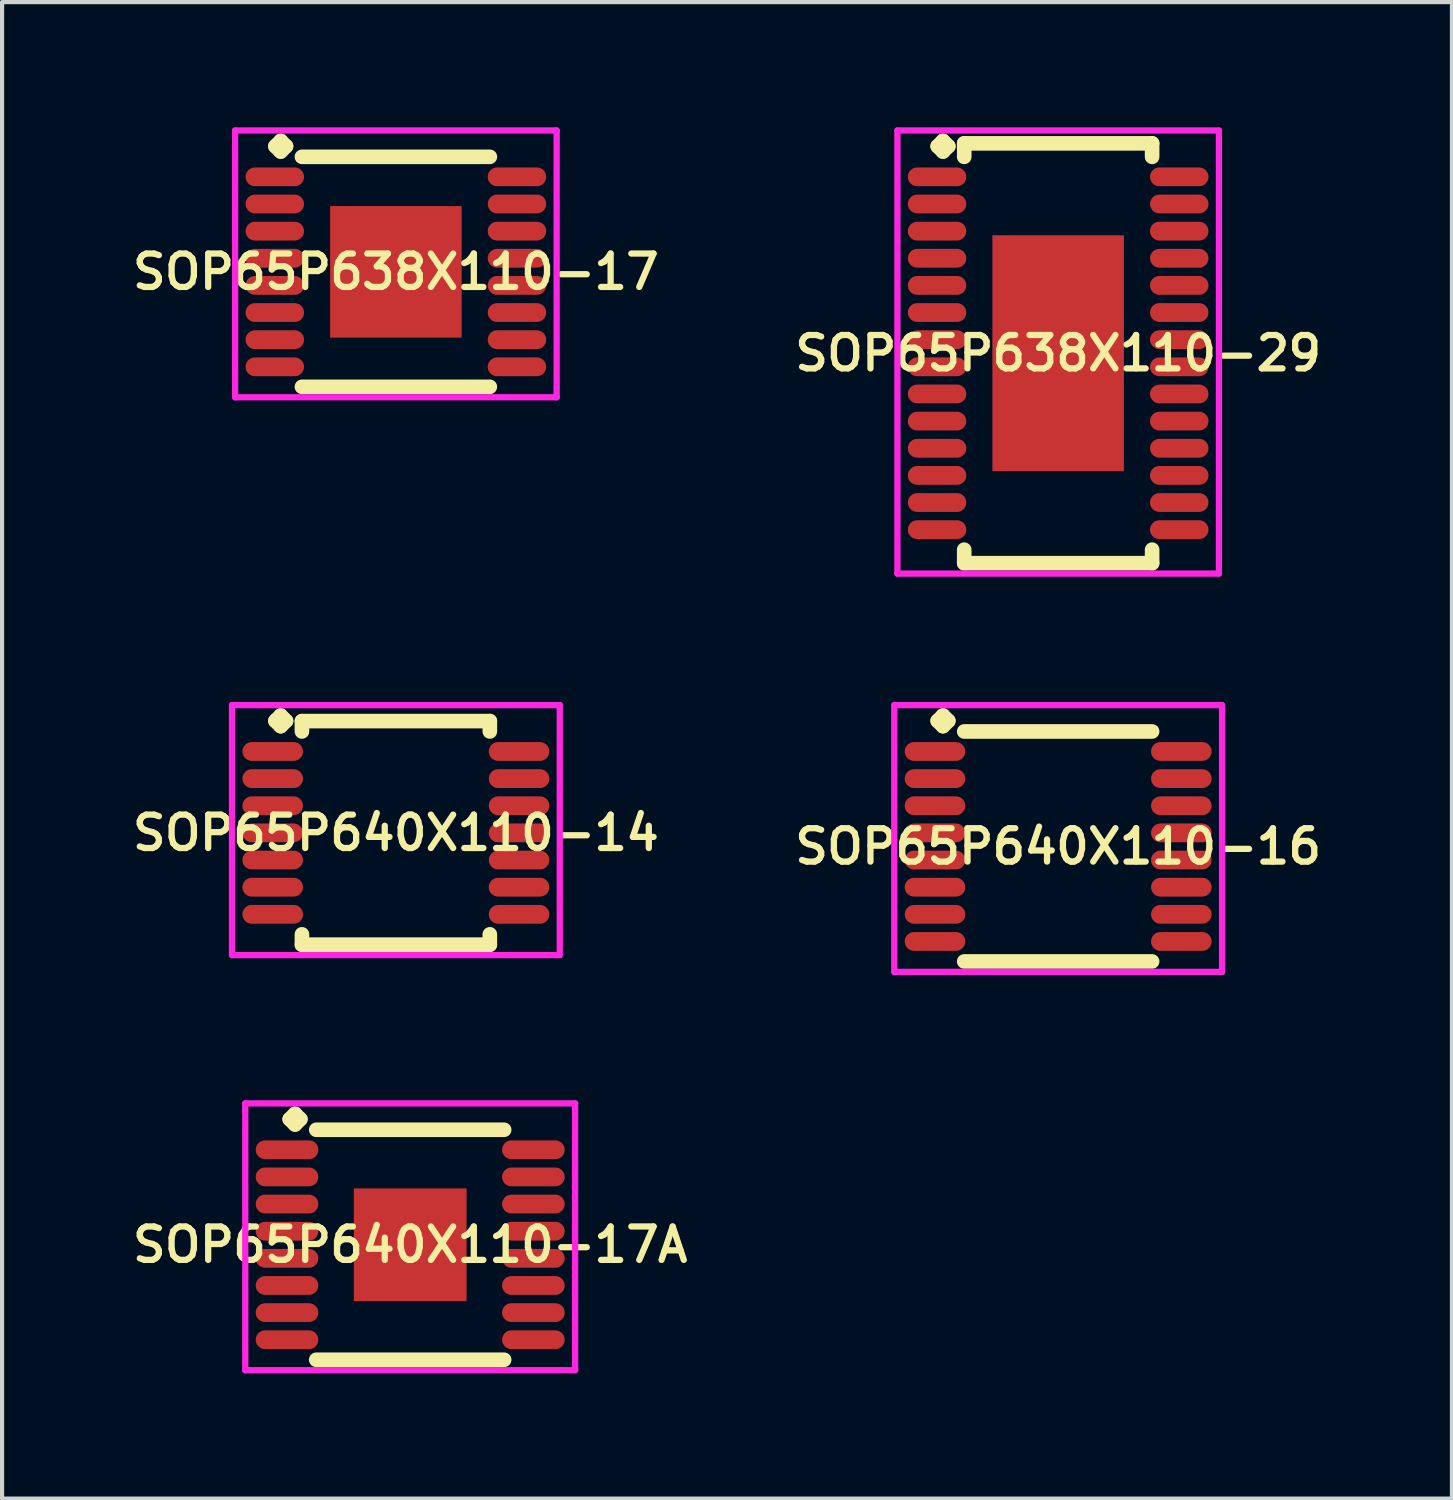
<source format=kicad_pcb>
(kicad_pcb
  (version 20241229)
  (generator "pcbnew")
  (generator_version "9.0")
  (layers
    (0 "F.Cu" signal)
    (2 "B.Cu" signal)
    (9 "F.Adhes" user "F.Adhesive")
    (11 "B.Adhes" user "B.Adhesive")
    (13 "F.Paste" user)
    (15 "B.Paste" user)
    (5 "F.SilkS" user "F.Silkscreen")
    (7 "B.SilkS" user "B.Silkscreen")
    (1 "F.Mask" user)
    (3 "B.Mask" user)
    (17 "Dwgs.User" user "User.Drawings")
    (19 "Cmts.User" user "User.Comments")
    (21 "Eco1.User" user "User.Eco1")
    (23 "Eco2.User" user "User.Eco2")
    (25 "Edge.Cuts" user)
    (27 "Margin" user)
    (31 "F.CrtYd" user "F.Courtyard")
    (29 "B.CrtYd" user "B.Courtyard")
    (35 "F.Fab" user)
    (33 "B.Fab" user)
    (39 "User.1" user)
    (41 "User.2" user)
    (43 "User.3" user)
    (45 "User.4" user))
  (footprint "SOP65P640X110-16"
    (layer "F.Cu")
    (at 22.292 17.222)
    (property "Reference" "SOP65P640X110-16" (at 0 0 0) (layer "F.SilkS") (effects (font (size 0.8 0.8) (thickness 0.15))))
    (attr through_hole)
    (fp_line (start -2.885 -3.008) (end -2.758 -3.135) (stroke (width 0.35) (type solid)) (layer "F.SilkS"))
    (fp_line (start -2.758 -3.135) (end -2.631 -3.008) (stroke (width 0.35) (type solid)) (layer "F.SilkS"))
    (fp_line (start -2.758 -2.881) (end -2.885 -3.008) (stroke (width 0.35) (type solid)) (layer "F.SilkS"))
    (fp_line (start -2.631 -3.008) (end -2.758 -2.881) (stroke (width 0.35) (type solid)) (layer "F.SilkS"))
    (fp_line (start -2.25 -2.754) (end 2.25 -2.754) (stroke (width 0.35) (type solid)) (layer "F.SilkS"))
    (fp_line (start -2.25 2.754) (end 2.25 2.754) (stroke (width 0.35) (type solid)) (layer "F.SilkS"))
    (fp_line (start -3.925 -3.385) (end 3.925 -3.385) (stroke (width 0.15) (type solid)) (layer "F.CrtYd"))
    (fp_line (start -3.925 3.004) (end -3.925 -3.385) (stroke (width 0.15) (type solid)) (layer "F.CrtYd"))
    (fp_line (start 3.925 -3.385) (end 3.925 3.004) (stroke (width 0.15) (type solid)) (layer "F.CrtYd"))
    (fp_line (start 3.925 3.004) (end -3.925 3.004) (stroke (width 0.15) (type solid)) (layer "F.CrtYd"))
    (pad "1" smd oval (at -2.95 -2.275) (size 1.45 0.45) (layers "F.Cu" "F.Mask" "F.Paste"))
    (pad "2" smd oval (at -2.95 -1.625) (size 1.45 0.45) (layers "F.Cu" "F.Mask" "F.Paste"))
    (pad "3" smd oval (at -2.95 -0.975) (size 1.45 0.45) (layers "F.Cu" "F.Mask" "F.Paste"))
    (pad "4" smd oval (at -2.95 -0.325) (size 1.45 0.45) (layers "F.Cu" "F.Mask" "F.Paste"))
    (pad "5" smd oval (at -2.95 0.325) (size 1.45 0.45) (layers "F.Cu" "F.Mask" "F.Paste"))
    (pad "6" smd oval (at -2.95 0.975) (size 1.45 0.45) (layers "F.Cu" "F.Mask" "F.Paste"))
    (pad "7" smd oval (at -2.95 1.625) (size 1.45 0.45) (layers "F.Cu" "F.Mask" "F.Paste"))
    (pad "8" smd oval (at -2.95 2.275) (size 1.45 0.45) (layers "F.Cu" "F.Mask" "F.Paste"))
    (pad "9" smd oval (at 2.95 2.275) (size 1.45 0.45) (layers "F.Cu" "F.Mask" "F.Paste"))
    (pad "10" smd oval (at 2.95 1.625) (size 1.45 0.45) (layers "F.Cu" "F.Mask" "F.Paste"))
    (pad "11" smd oval (at 2.95 0.975) (size 1.45 0.45) (layers "F.Cu" "F.Mask" "F.Paste"))
    (pad "12" smd oval (at 2.95 0.325) (size 1.45 0.45) (layers "F.Cu" "F.Mask" "F.Paste"))
    (pad "13" smd oval (at 2.95 -0.325) (size 1.45 0.45) (layers "F.Cu" "F.Mask" "F.Paste"))
    (pad "14" smd oval (at 2.95 -0.975) (size 1.45 0.45) (layers "F.Cu" "F.Mask" "F.Paste"))
    (pad "15" smd oval (at 2.95 -1.625) (size 1.45 0.45) (layers "F.Cu" "F.Mask" "F.Paste"))
    (pad "16" smd oval (at 2.95 -2.275) (size 1.45 0.45) (layers "F.Cu" "F.Mask" "F.Paste")))
  (footprint "SOP65P638X110-17"
    (layer "F.Cu")
    (at 6.431 3.46)
    (property "Reference" "SOP65P638X110-17" (at 0 0 0) (layer "F.SilkS") (effects (font (size 0.8 0.8) (thickness 0.15))))
    (attr smd)
    (fp_line (start -2.885 -3.008) (end -2.758 -3.135) (stroke (width 0.35) (type solid)) (layer "F.SilkS"))
    (fp_line (start -2.758 -3.135) (end -2.631 -3.008) (stroke (width 0.35) (type solid)) (layer "F.SilkS"))
    (fp_line (start -2.758 -2.881) (end -2.885 -3.008) (stroke (width 0.35) (type solid)) (layer "F.SilkS"))
    (fp_line (start -2.631 -3.008) (end -2.758 -2.881) (stroke (width 0.35) (type solid)) (layer "F.SilkS"))
    (fp_line (start -2.25 -2.754) (end 2.25 -2.754) (stroke (width 0.35) (type solid)) (layer "F.SilkS"))
    (fp_line (start -2.25 2.754) (end 2.25 2.754) (stroke (width 0.35) (type solid)) (layer "F.SilkS"))
    (fp_line (start -3.85 -3.385) (end 3.85 -3.385) (stroke (width 0.15) (type solid)) (layer "F.CrtYd"))
    (fp_line (start -3.85 3.004) (end -3.85 -3.385) (stroke (width 0.15) (type solid)) (layer "F.CrtYd"))
    (fp_line (start 3.85 -3.385) (end 3.85 3.004) (stroke (width 0.15) (type solid)) (layer "F.CrtYd"))
    (fp_line (start 3.85 3.004) (end -3.85 3.004) (stroke (width 0.15) (type solid)) (layer "F.CrtYd"))
    (pad "1" smd oval (at -2.9 -2.275) (size 1.4 0.45) (layers "F.Cu" "F.Mask" "F.Paste"))
    (pad "2" smd oval (at -2.9 -1.625) (size 1.4 0.45) (layers "F.Cu" "F.Mask" "F.Paste"))
    (pad "3" smd oval (at -2.9 -0.975) (size 1.4 0.45) (layers "F.Cu" "F.Mask" "F.Paste"))
    (pad "4" smd oval (at -2.9 -0.325) (size 1.4 0.45) (layers "F.Cu" "F.Mask" "F.Paste"))
    (pad "5" smd oval (at -2.9 0.325) (size 1.4 0.45) (layers "F.Cu" "F.Mask" "F.Paste"))
    (pad "6" smd oval (at -2.9 0.975) (size 1.4 0.45) (layers "F.Cu" "F.Mask" "F.Paste"))
    (pad "7" smd oval (at -2.9 1.625) (size 1.4 0.45) (layers "F.Cu" "F.Mask" "F.Paste"))
    (pad "8" smd oval (at -2.9 2.275) (size 1.4 0.45) (layers "F.Cu" "F.Mask" "F.Paste"))
    (pad "9" smd oval (at 2.9 2.275) (size 1.4 0.45) (layers "F.Cu" "F.Mask" "F.Paste"))
    (pad "10" smd oval (at 2.9 1.625) (size 1.4 0.45) (layers "F.Cu" "F.Mask" "F.Paste"))
    (pad "11" smd oval (at 2.9 0.975) (size 1.4 0.45) (layers "F.Cu" "F.Mask" "F.Paste"))
    (pad "12" smd oval (at 2.9 0.325) (size 1.4 0.45) (layers "F.Cu" "F.Mask" "F.Paste"))
    (pad "13" smd oval (at 2.9 -0.325) (size 1.4 0.45) (layers "F.Cu" "F.Mask" "F.Paste"))
    (pad "14" smd oval (at 2.9 -0.975) (size 1.4 0.45) (layers "F.Cu" "F.Mask" "F.Paste"))
    (pad "15" smd oval (at 2.9 -1.625) (size 1.4 0.45) (layers "F.Cu" "F.Mask" "F.Paste"))
    (pad "16" smd oval (at 2.9 -2.275) (size 1.4 0.45) (layers "F.Cu" "F.Mask" "F.Paste"))
    (pad "17" smd rect (at 0 0) (size 3.15 3.15) (layers "F.Cu" "F.Mask" "F.Paste")))
  (footprint "SOP65P640X110-17A"
    (layer "F.Cu")
    (at 6.774 26.761)
    (property "Reference" "SOP65P640X110-17A" (at 0 0 0) (layer "F.SilkS") (effects (font (size 0.8 0.8) (thickness 0.15))))
    (attr smd)
    (fp_line (start -2.885 -3.008) (end -2.758 -3.135) (stroke (width 0.35) (type solid)) (layer "F.SilkS"))
    (fp_line (start -2.758 -3.135) (end -2.631 -3.008) (stroke (width 0.35) (type solid)) (layer "F.SilkS"))
    (fp_line (start -2.758 -2.881) (end -2.885 -3.008) (stroke (width 0.35) (type solid)) (layer "F.SilkS"))
    (fp_line (start -2.631 -3.008) (end -2.758 -2.881) (stroke (width 0.35) (type solid)) (layer "F.SilkS"))
    (fp_line (start -2.25 -2.754) (end 2.25 -2.754) (stroke (width 0.35) (type solid)) (layer "F.SilkS"))
    (fp_line (start -2.25 2.754) (end 2.25 2.754) (stroke (width 0.35) (type solid)) (layer "F.SilkS"))
    (fp_line (start -3.95 -3.385) (end 3.95 -3.385) (stroke (width 0.15) (type solid)) (layer "F.CrtYd"))
    (fp_line (start -3.95 3.004) (end -3.95 -3.385) (stroke (width 0.15) (type solid)) (layer "F.CrtYd"))
    (fp_line (start 3.95 -3.385) (end 3.95 3.004) (stroke (width 0.15) (type solid)) (layer "F.CrtYd"))
    (fp_line (start 3.95 3.004) (end -3.95 3.004) (stroke (width 0.15) (type solid)) (layer "F.CrtYd"))
    (pad "1" smd oval (at -2.95 -2.275) (size 1.5 0.45) (layers "F.Cu" "F.Mask" "F.Paste"))
    (pad "2" smd oval (at -2.95 -1.625) (size 1.5 0.45) (layers "F.Cu" "F.Mask" "F.Paste"))
    (pad "3" smd oval (at -2.95 -0.975) (size 1.5 0.45) (layers "F.Cu" "F.Mask" "F.Paste"))
    (pad "4" smd oval (at -2.95 -0.325) (size 1.5 0.45) (layers "F.Cu" "F.Mask" "F.Paste"))
    (pad "5" smd oval (at -2.95 0.325) (size 1.5 0.45) (layers "F.Cu" "F.Mask" "F.Paste"))
    (pad "6" smd oval (at -2.95 0.975) (size 1.5 0.45) (layers "F.Cu" "F.Mask" "F.Paste"))
    (pad "7" smd oval (at -2.95 1.625) (size 1.5 0.45) (layers "F.Cu" "F.Mask" "F.Paste"))
    (pad "8" smd oval (at -2.95 2.275) (size 1.5 0.45) (layers "F.Cu" "F.Mask" "F.Paste"))
    (pad "9" smd oval (at 2.95 2.275) (size 1.5 0.45) (layers "F.Cu" "F.Mask" "F.Paste"))
    (pad "10" smd oval (at 2.95 1.625) (size 1.5 0.45) (layers "F.Cu" "F.Mask" "F.Paste"))
    (pad "11" smd oval (at 2.95 0.975) (size 1.5 0.45) (layers "F.Cu" "F.Mask" "F.Paste"))
    (pad "12" smd oval (at 2.95 0.325) (size 1.5 0.45) (layers "F.Cu" "F.Mask" "F.Paste"))
    (pad "13" smd oval (at 2.95 -0.325) (size 1.5 0.45) (layers "F.Cu" "F.Mask" "F.Paste"))
    (pad "14" smd oval (at 2.95 -0.975) (size 1.5 0.45) (layers "F.Cu" "F.Mask" "F.Paste"))
    (pad "15" smd oval (at 2.95 -1.625) (size 1.5 0.45) (layers "F.Cu" "F.Mask" "F.Paste"))
    (pad "16" smd oval (at 2.95 -2.275) (size 1.5 0.45) (layers "F.Cu" "F.Mask" "F.Paste"))
    (pad "17" smd rect (at 0 0) (size 2.7 2.7) (layers "F.Cu" "F.Mask" "F.Paste")))
  (footprint "SOP65P638X110-29"
    (layer "F.Cu")
    (at 22.292 5.41)
    (property "Reference" "SOP65P638X110-29" (at 0 0 0) (layer "F.SilkS") (effects (font (size 0.8 0.8) (thickness 0.15))))
    (attr through_hole)
    (fp_line (start -2.885 -4.958) (end -2.758 -5.085) (stroke (width 0.35) (type solid)) (layer "F.SilkS"))
    (fp_line (start -2.758 -5.085) (end -2.631 -4.958) (stroke (width 0.35) (type solid)) (layer "F.SilkS"))
    (fp_line (start -2.758 -4.831) (end -2.885 -4.958) (stroke (width 0.35) (type solid)) (layer "F.SilkS"))
    (fp_line (start -2.631 -4.958) (end -2.758 -4.831) (stroke (width 0.35) (type solid)) (layer "F.SilkS"))
    (fp_line (start -2.25 -5.027) (end 2.25 -5.027) (stroke (width 0.35) (type solid)) (layer "F.SilkS"))
    (fp_line (start -2.25 -4.704) (end -2.25 -5.027) (stroke (width 0.35) (type solid)) (layer "F.SilkS"))
    (fp_line (start -2.25 4.704) (end -2.25 5.027) (stroke (width 0.35) (type solid)) (layer "F.SilkS"))
    (fp_line (start -2.25 5.027) (end 2.25 5.027) (stroke (width 0.35) (type solid)) (layer "F.SilkS"))
    (fp_line (start 2.25 -5.027) (end 2.25 -4.704) (stroke (width 0.35) (type solid)) (layer "F.SilkS"))
    (fp_line (start 2.25 5.027) (end 2.25 4.704) (stroke (width 0.35) (type solid)) (layer "F.SilkS"))
    (fp_line (start -3.85 -5.335) (end 3.85 -5.335) (stroke (width 0.15) (type solid)) (layer "F.CrtYd"))
    (fp_line (start -3.85 5.277) (end -3.85 -5.335) (stroke (width 0.15) (type solid)) (layer "F.CrtYd"))
    (fp_line (start 3.85 -5.335) (end 3.85 5.277) (stroke (width 0.15) (type solid)) (layer "F.CrtYd"))
    (fp_line (start 3.85 5.277) (end -3.85 5.277) (stroke (width 0.15) (type solid)) (layer "F.CrtYd"))
    (pad "1" smd oval (at -2.9 -4.225) (size 1.4 0.45) (layers "F.Cu" "F.Mask" "F.Paste"))
    (pad "2" smd oval (at -2.9 -3.575) (size 1.4 0.45) (layers "F.Cu" "F.Mask" "F.Paste"))
    (pad "3" smd oval (at -2.9 -2.925) (size 1.4 0.45) (layers "F.Cu" "F.Mask" "F.Paste"))
    (pad "4" smd oval (at -2.9 -2.275) (size 1.4 0.45) (layers "F.Cu" "F.Mask" "F.Paste"))
    (pad "5" smd oval (at -2.9 -1.625) (size 1.4 0.45) (layers "F.Cu" "F.Mask" "F.Paste"))
    (pad "6" smd oval (at -2.9 -0.975) (size 1.4 0.45) (layers "F.Cu" "F.Mask" "F.Paste"))
    (pad "7" smd oval (at -2.9 -0.325) (size 1.4 0.45) (layers "F.Cu" "F.Mask" "F.Paste"))
    (pad "8" smd oval (at -2.9 0.325) (size 1.4 0.45) (layers "F.Cu" "F.Mask" "F.Paste"))
    (pad "9" smd oval (at -2.9 0.975) (size 1.4 0.45) (layers "F.Cu" "F.Mask" "F.Paste"))
    (pad "10" smd oval (at -2.9 1.625) (size 1.4 0.45) (layers "F.Cu" "F.Mask" "F.Paste"))
    (pad "11" smd oval (at -2.9 2.275) (size 1.4 0.45) (layers "F.Cu" "F.Mask" "F.Paste"))
    (pad "12" smd oval (at -2.9 2.925) (size 1.4 0.45) (layers "F.Cu" "F.Mask" "F.Paste"))
    (pad "13" smd oval (at -2.9 3.575) (size 1.4 0.45) (layers "F.Cu" "F.Mask" "F.Paste"))
    (pad "14" smd oval (at -2.9 4.225) (size 1.4 0.45) (layers "F.Cu" "F.Mask" "F.Paste"))
    (pad "15" smd oval (at 2.9 4.225) (size 1.4 0.45) (layers "F.Cu" "F.Mask" "F.Paste"))
    (pad "16" smd oval (at 2.9 3.575) (size 1.4 0.45) (layers "F.Cu" "F.Mask" "F.Paste"))
    (pad "17" smd oval (at 2.9 2.925) (size 1.4 0.45) (layers "F.Cu" "F.Mask" "F.Paste"))
    (pad "18" smd oval (at 2.9 2.275) (size 1.4 0.45) (layers "F.Cu" "F.Mask" "F.Paste"))
    (pad "19" smd oval (at 2.9 1.625) (size 1.4 0.45) (layers "F.Cu" "F.Mask" "F.Paste"))
    (pad "20" smd oval (at 2.9 0.975) (size 1.4 0.45) (layers "F.Cu" "F.Mask" "F.Paste"))
    (pad "21" smd oval (at 2.9 0.325) (size 1.4 0.45) (layers "F.Cu" "F.Mask" "F.Paste"))
    (pad "22" smd oval (at 2.9 -0.325) (size 1.4 0.45) (layers "F.Cu" "F.Mask" "F.Paste"))
    (pad "23" smd oval (at 2.9 -0.975) (size 1.4 0.45) (layers "F.Cu" "F.Mask" "F.Paste"))
    (pad "24" smd oval (at 2.9 -1.625) (size 1.4 0.45) (layers "F.Cu" "F.Mask" "F.Paste"))
    (pad "25" smd oval (at 2.9 -2.275) (size 1.4 0.45) (layers "F.Cu" "F.Mask" "F.Paste"))
    (pad "26" smd oval (at 2.9 -2.925) (size 1.4 0.45) (layers "F.Cu" "F.Mask" "F.Paste"))
    (pad "27" smd oval (at 2.9 -3.575) (size 1.4 0.45) (layers "F.Cu" "F.Mask" "F.Paste"))
    (pad "28" smd oval (at 2.9 -4.225) (size 1.4 0.45) (layers "F.Cu" "F.Mask" "F.Paste"))
    (pad "29" smd rect (at 0 0) (size 3.15 5.65) (layers "F.Cu" "F.Mask" "F.Paste")))
  (footprint "SOP65P640X110-14"
    (layer "F.Cu")
    (at 6.431 16.897)
    (property "Reference" "SOP65P640X110-14" (at 0 0 0) (layer "F.SilkS") (effects (font (size 0.8 0.8) (thickness 0.15))))
    (attr smd)
    (fp_line (start -2.885 -2.683) (end -2.758 -2.81) (stroke (width 0.35) (type solid)) (layer "F.SilkS"))
    (fp_line (start -2.758 -2.81) (end -2.631 -2.683) (stroke (width 0.35) (type solid)) (layer "F.SilkS"))
    (fp_line (start -2.758 -2.556) (end -2.885 -2.683) (stroke (width 0.35) (type solid)) (layer "F.SilkS"))
    (fp_line (start -2.631 -2.683) (end -2.758 -2.556) (stroke (width 0.35) (type solid)) (layer "F.SilkS"))
    (fp_line (start -2.25 -2.677) (end 2.25 -2.677) (stroke (width 0.35) (type solid)) (layer "F.SilkS"))
    (fp_line (start -2.25 -2.429) (end -2.25 -2.677) (stroke (width 0.35) (type solid)) (layer "F.SilkS"))
    (fp_line (start -2.25 2.429) (end -2.25 2.677) (stroke (width 0.35) (type solid)) (layer "F.SilkS"))
    (fp_line (start -2.25 2.677) (end 2.25 2.677) (stroke (width 0.35) (type solid)) (layer "F.SilkS"))
    (fp_line (start 2.25 -2.677) (end 2.25 -2.429) (stroke (width 0.35) (type solid)) (layer "F.SilkS"))
    (fp_line (start 2.25 2.677) (end 2.25 2.429) (stroke (width 0.35) (type solid)) (layer "F.SilkS"))
    (fp_line (start -3.925 -3.06) (end 3.925 -3.06) (stroke (width 0.15) (type solid)) (layer "F.CrtYd"))
    (fp_line (start -3.925 2.927) (end -3.925 -3.06) (stroke (width 0.15) (type solid)) (layer "F.CrtYd"))
    (fp_line (start 3.925 -3.06) (end 3.925 2.927) (stroke (width 0.15) (type solid)) (layer "F.CrtYd"))
    (fp_line (start 3.925 2.927) (end -3.925 2.927) (stroke (width 0.15) (type solid)) (layer "F.CrtYd"))
    (pad "1" smd oval (at -2.95 -1.95) (size 1.45 0.45) (layers "F.Cu" "F.Mask" "F.Paste"))
    (pad "2" smd oval (at -2.95 -1.3) (size 1.45 0.45) (layers "F.Cu" "F.Mask" "F.Paste"))
    (pad "3" smd oval (at -2.95 -0.65) (size 1.45 0.45) (layers "F.Cu" "F.Mask" "F.Paste"))
    (pad "4" smd oval (at -2.95 0) (size 1.45 0.45) (layers "F.Cu" "F.Mask" "F.Paste"))
    (pad "5" smd oval (at -2.95 0.65) (size 1.45 0.45) (layers "F.Cu" "F.Mask" "F.Paste"))
    (pad "6" smd oval (at -2.95 1.3) (size 1.45 0.45) (layers "F.Cu" "F.Mask" "F.Paste"))
    (pad "7" smd oval (at -2.95 1.95) (size 1.45 0.45) (layers "F.Cu" "F.Mask" "F.Paste"))
    (pad "8" smd oval (at 2.95 1.95) (size 1.45 0.45) (layers "F.Cu" "F.Mask" "F.Paste"))
    (pad "9" smd oval (at 2.95 1.3) (size 1.45 0.45) (layers "F.Cu" "F.Mask" "F.Paste"))
    (pad "10" smd oval (at 2.95 0.65) (size 1.45 0.45) (layers "F.Cu" "F.Mask" "F.Paste"))
    (pad "11" smd oval (at 2.95 0) (size 1.45 0.45) (layers "F.Cu" "F.Mask" "F.Paste"))
    (pad "12" smd oval (at 2.95 -0.65) (size 1.45 0.45) (layers "F.Cu" "F.Mask" "F.Paste"))
    (pad "13" smd oval (at 2.95 -1.3) (size 1.45 0.45) (layers "F.Cu" "F.Mask" "F.Paste"))
    (pad "14" smd oval (at 2.95 -1.95) (size 1.45 0.45) (layers "F.Cu" "F.Mask" "F.Paste")))
  (gr_rect
    (start -3 -3)
    (end 31.723 32.84)
    (stroke (width 0.1) (type default))
    (fill no)
    (layer "Edge.Cuts")))
</source>
